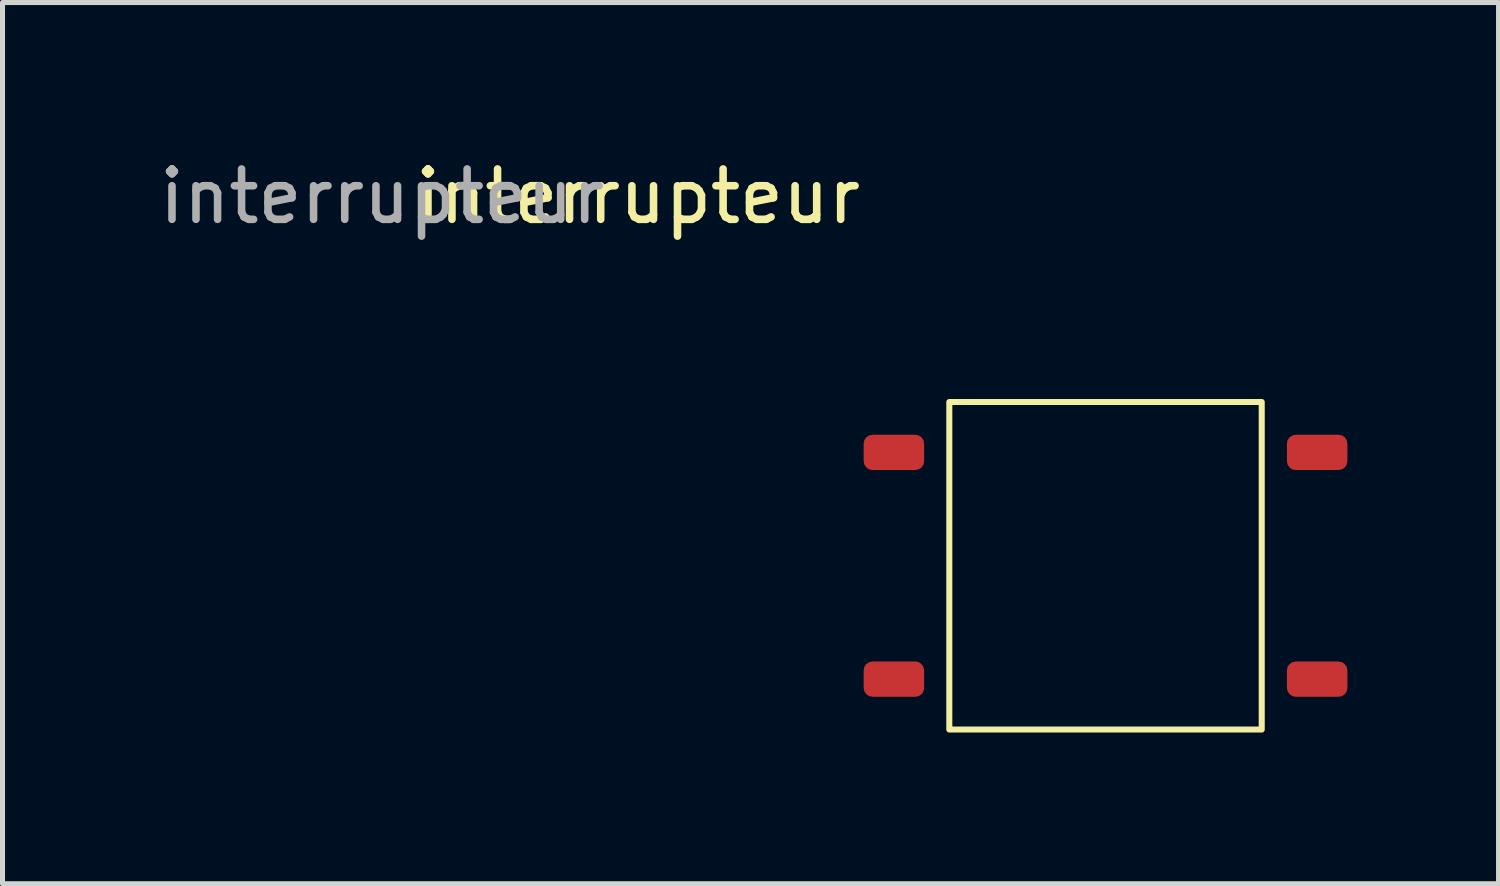
<source format=kicad_pcb>
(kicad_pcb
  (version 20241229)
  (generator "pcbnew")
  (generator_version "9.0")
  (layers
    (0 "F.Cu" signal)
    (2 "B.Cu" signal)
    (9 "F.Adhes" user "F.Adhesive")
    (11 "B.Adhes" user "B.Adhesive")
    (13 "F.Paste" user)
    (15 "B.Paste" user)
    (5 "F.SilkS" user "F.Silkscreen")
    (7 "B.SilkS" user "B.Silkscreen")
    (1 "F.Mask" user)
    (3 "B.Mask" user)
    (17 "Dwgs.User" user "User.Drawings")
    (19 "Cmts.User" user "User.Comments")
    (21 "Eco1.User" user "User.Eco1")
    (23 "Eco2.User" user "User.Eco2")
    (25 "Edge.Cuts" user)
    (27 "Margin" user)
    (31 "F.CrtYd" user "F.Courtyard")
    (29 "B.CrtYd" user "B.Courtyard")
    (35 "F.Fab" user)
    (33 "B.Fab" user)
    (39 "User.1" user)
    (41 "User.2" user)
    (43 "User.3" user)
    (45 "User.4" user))
  (footprint "interrupteur"
    (layer "F.Cu")
    (at 14.69 5.928)
    (property "Reference" "interrupteur" (at -5.08 -5.08 0) (unlocked yes) (layer "F.SilkS") (effects (font (size 1 1) (thickness 0.15))))
    (attr smd)
    (fp_rect (start 1.1 -1) (end 7.3 5.5) (stroke (width 0.12) (type solid)) (fill no) (layer "F.SilkS"))
    (fp_text user "${REFERENCE}" (at -10.16 -5.08 0) (unlocked yes) (layer "F.Fab") (effects (font (size 1 1) (thickness 0.15))))
    (pad "1" smd roundrect (at 0 0) (size 1.2 0.7) (layers "F.Cu" "F.Mask" "F.Paste") (roundrect_rratio 0.25))
    (pad "1" smd roundrect (at 8.4 0) (size 1.2 0.7) (layers "F.Cu" "F.Mask" "F.Paste") (roundrect_rratio 0.25))
    (pad "2" smd roundrect (at 0 4.5) (size 1.2 0.7) (layers "F.Cu" "F.Mask" "F.Paste") (roundrect_rratio 0.25))
    (pad "2" smd roundrect (at 8.4 4.5) (size 1.2 0.7) (layers "F.Cu" "F.Mask" "F.Paste") (roundrect_rratio 0.25)))
  (gr_rect
    (start -3 -3)
    (end 26.69 14.488)
    (stroke (width 0.1) (type default))
    (fill no)
    (layer "Edge.Cuts")))
</source>
